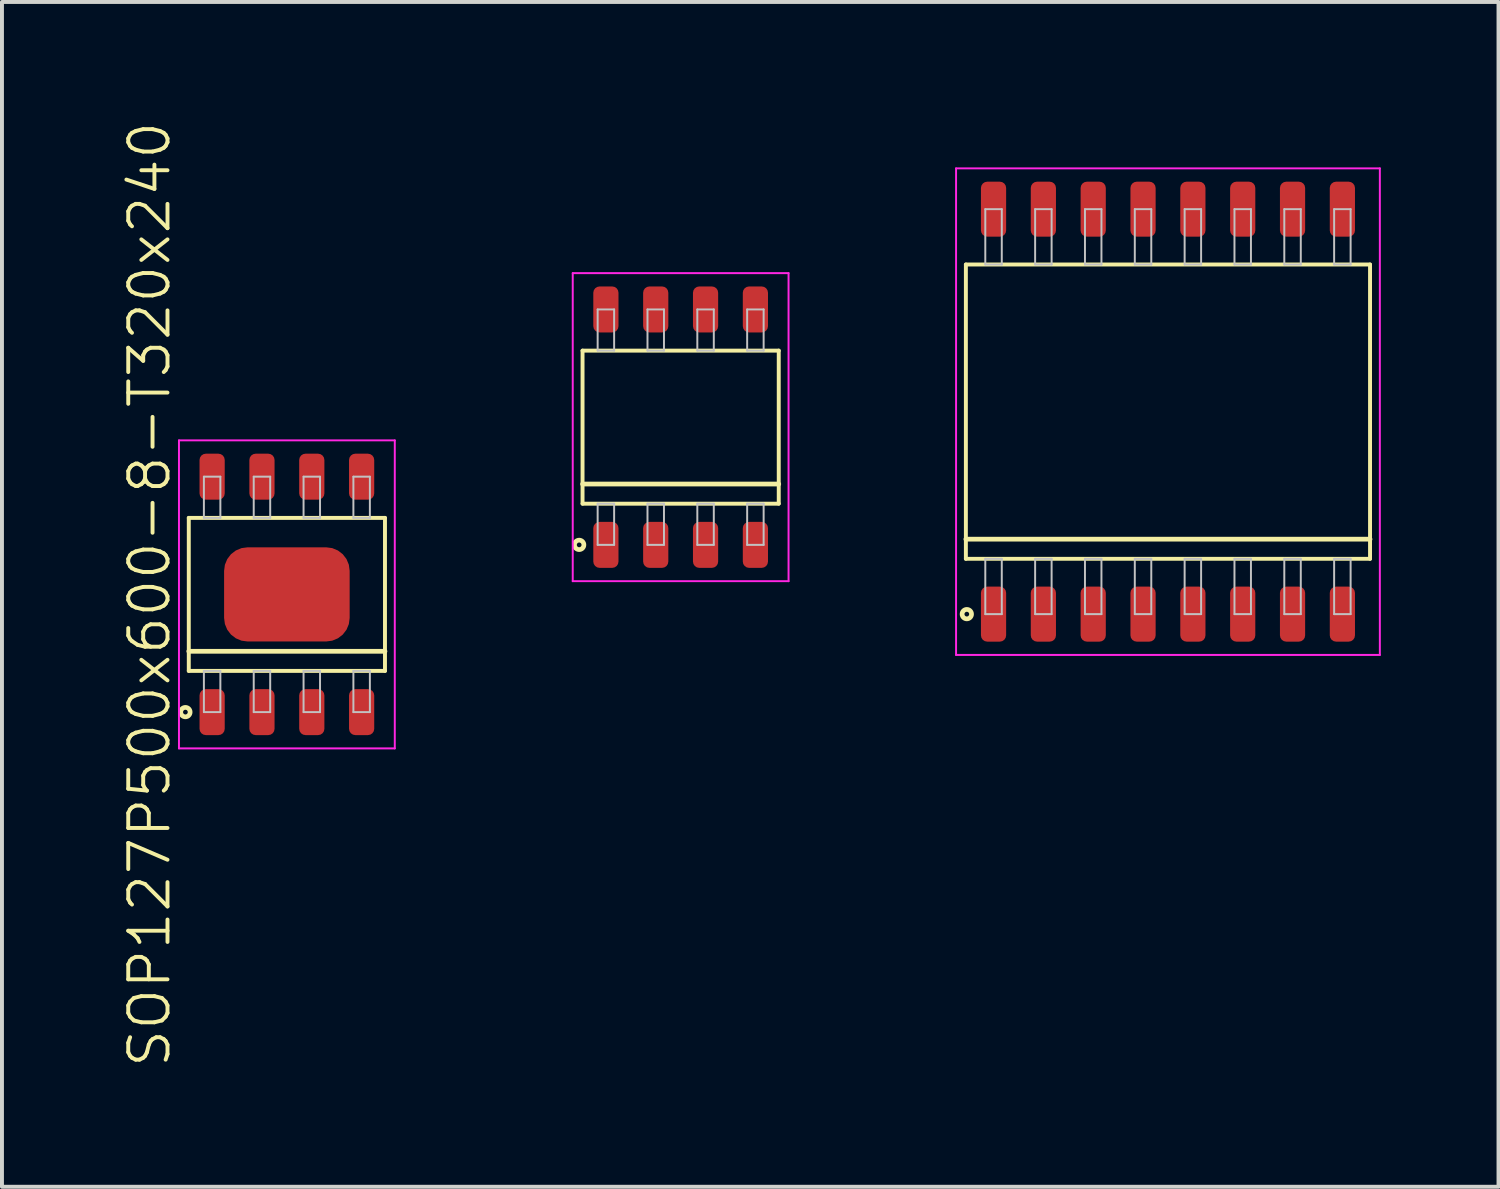
<source format=kicad_pcb>
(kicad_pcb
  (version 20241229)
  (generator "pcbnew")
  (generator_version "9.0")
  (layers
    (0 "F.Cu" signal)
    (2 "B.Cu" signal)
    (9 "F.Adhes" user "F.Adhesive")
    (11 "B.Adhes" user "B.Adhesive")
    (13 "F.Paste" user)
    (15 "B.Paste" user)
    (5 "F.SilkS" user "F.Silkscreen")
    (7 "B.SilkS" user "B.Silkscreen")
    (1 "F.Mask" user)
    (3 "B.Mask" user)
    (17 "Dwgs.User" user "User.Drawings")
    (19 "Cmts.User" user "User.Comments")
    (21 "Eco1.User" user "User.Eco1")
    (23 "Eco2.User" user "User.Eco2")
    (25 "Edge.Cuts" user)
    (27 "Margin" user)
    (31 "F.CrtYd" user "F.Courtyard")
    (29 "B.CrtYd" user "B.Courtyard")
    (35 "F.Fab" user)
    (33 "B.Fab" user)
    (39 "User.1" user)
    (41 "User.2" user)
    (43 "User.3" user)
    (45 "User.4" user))
  (footprint "SOP127P500x600-8"
    (layer "F.Cu")
    (at 14.296 7.836)
    (property "Reference" "SOP127P500x600-8" (at -3.5 0 90) (layer "User.1") (effects (font (size 1 1) (thickness 0.1))))
    (attr through_hole)
    (fp_line (start -2.5 -1.95) (end -2.5 1.95) (stroke (width 0.1) (type solid)) (layer "F.SilkS"))
    (fp_line (start -2.5 1.45) (end 2.5 1.45) (stroke (width 0.12) (type solid)) (layer "F.SilkS"))
    (fp_line (start -2.5 1.95) (end 2.5 1.95) (stroke (width 0.1) (type solid)) (layer "F.SilkS"))
    (fp_line (start 2.5 -1.95) (end -2.5 -1.95) (stroke (width 0.1) (type solid)) (layer "F.SilkS"))
    (fp_line (start 2.5 1.95) (end 2.5 -1.95) (stroke (width 0.1) (type solid)) (layer "F.SilkS"))
    (fp_circle (center -2.586 3) (end -2.466 3) (stroke (width 0.12) (type solid)) (fill no) (layer "F.SilkS"))
    (fp_line (start -2.115 -3) (end -2.115 -1.95) (stroke (width 0.05) (type solid)) (layer "Dwgs.User"))
    (fp_line (start -2.115 -1.95) (end -1.695 -1.95) (stroke (width 0.05) (type solid)) (layer "Dwgs.User"))
    (fp_line (start -2.115 1.95) (end -1.695 1.95) (stroke (width 0.05) (type solid)) (layer "Dwgs.User"))
    (fp_line (start -2.115 3) (end -2.115 1.95) (stroke (width 0.05) (type solid)) (layer "Dwgs.User"))
    (fp_line (start -1.695 -3) (end -2.115 -3) (stroke (width 0.05) (type solid)) (layer "Dwgs.User"))
    (fp_line (start -1.695 -1.95) (end -1.695 -3) (stroke (width 0.05) (type solid)) (layer "Dwgs.User"))
    (fp_line (start -1.695 1.95) (end -1.695 3) (stroke (width 0.05) (type solid)) (layer "Dwgs.User"))
    (fp_line (start -1.695 3) (end -2.115 3) (stroke (width 0.05) (type solid)) (layer "Dwgs.User"))
    (fp_line (start -0.845 -3) (end -0.845 -1.95) (stroke (width 0.05) (type solid)) (layer "Dwgs.User"))
    (fp_line (start -0.845 -1.95) (end -0.425 -1.95) (stroke (width 0.05) (type solid)) (layer "Dwgs.User"))
    (fp_line (start -0.845 1.95) (end -0.425 1.95) (stroke (width 0.05) (type solid)) (layer "Dwgs.User"))
    (fp_line (start -0.845 3) (end -0.845 1.95) (stroke (width 0.05) (type solid)) (layer "Dwgs.User"))
    (fp_line (start -0.425 -3) (end -0.845 -3) (stroke (width 0.05) (type solid)) (layer "Dwgs.User"))
    (fp_line (start -0.425 -1.95) (end -0.425 -3) (stroke (width 0.05) (type solid)) (layer "Dwgs.User"))
    (fp_line (start -0.425 1.95) (end -0.425 3) (stroke (width 0.05) (type solid)) (layer "Dwgs.User"))
    (fp_line (start -0.425 3) (end -0.845 3) (stroke (width 0.05) (type solid)) (layer "Dwgs.User"))
    (fp_line (start 0.425 -3) (end 0.425 -1.95) (stroke (width 0.05) (type solid)) (layer "Dwgs.User"))
    (fp_line (start 0.425 -1.95) (end 0.845 -1.95) (stroke (width 0.05) (type solid)) (layer "Dwgs.User"))
    (fp_line (start 0.425 1.95) (end 0.845 1.95) (stroke (width 0.05) (type solid)) (layer "Dwgs.User"))
    (fp_line (start 0.425 3) (end 0.425 1.95) (stroke (width 0.05) (type solid)) (layer "Dwgs.User"))
    (fp_line (start 0.845 -3) (end 0.425 -3) (stroke (width 0.05) (type solid)) (layer "Dwgs.User"))
    (fp_line (start 0.845 -1.95) (end 0.845 -3) (stroke (width 0.05) (type solid)) (layer "Dwgs.User"))
    (fp_line (start 0.845 1.95) (end 0.845 3) (stroke (width 0.05) (type solid)) (layer "Dwgs.User"))
    (fp_line (start 0.845 3) (end 0.425 3) (stroke (width 0.05) (type solid)) (layer "Dwgs.User"))
    (fp_line (start 1.695 -3) (end 1.695 -1.95) (stroke (width 0.05) (type solid)) (layer "Dwgs.User"))
    (fp_line (start 1.695 -1.95) (end 2.115 -1.95) (stroke (width 0.05) (type solid)) (layer "Dwgs.User"))
    (fp_line (start 1.695 1.95) (end 2.115 1.95) (stroke (width 0.05) (type solid)) (layer "Dwgs.User"))
    (fp_line (start 1.695 3) (end 1.695 1.95) (stroke (width 0.05) (type solid)) (layer "Dwgs.User"))
    (fp_line (start 2.115 -3) (end 1.695 -3) (stroke (width 0.05) (type solid)) (layer "Dwgs.User"))
    (fp_line (start 2.115 -1.95) (end 2.115 -3) (stroke (width 0.05) (type solid)) (layer "Dwgs.User"))
    (fp_line (start 2.115 1.95) (end 2.115 3) (stroke (width 0.05) (type solid)) (layer "Dwgs.User"))
    (fp_line (start 2.115 3) (end 1.695 3) (stroke (width 0.05) (type solid)) (layer "Dwgs.User"))
    (fp_line (start -2.75 -3.925) (end -2.75 3.925) (stroke (width 0.05) (type solid)) (layer "F.CrtYd"))
    (fp_line (start -2.75 3.925) (end 2.75 3.925) (stroke (width 0.05) (type solid)) (layer "F.CrtYd"))
    (fp_line (start 2.75 -3.925) (end -2.75 -3.925) (stroke (width 0.05) (type solid)) (layer "F.CrtYd"))
    (fp_line (start 2.75 3.925) (end 2.75 -3.925) (stroke (width 0.05) (type solid)) (layer "F.CrtYd"))
    (pad "1" smd roundrect (at -1.905 3) (size 0.642 1.172) (layers "F.Cu" "F.Mask" "F.Paste") (roundrect_rratio 0.25))
    (pad "2" smd roundrect (at -0.635 3) (size 0.642 1.172) (layers "F.Cu" "F.Mask" "F.Paste") (roundrect_rratio 0.25))
    (pad "3" smd roundrect (at 0.635 3) (size 0.642 1.172) (layers "F.Cu" "F.Mask" "F.Paste") (roundrect_rratio 0.25))
    (pad "4" smd roundrect (at 1.905 3) (size 0.642 1.172) (layers "F.Cu" "F.Mask" "F.Paste") (roundrect_rratio 0.25))
    (pad "5" smd roundrect (at 1.905 -3) (size 0.642 1.172) (layers "F.Cu" "F.Mask" "F.Paste") (roundrect_rratio 0.25))
    (pad "6" smd roundrect (at 0.635 -3) (size 0.642 1.172) (layers "F.Cu" "F.Mask" "F.Paste") (roundrect_rratio 0.25))
    (pad "7" smd roundrect (at -0.635 -3) (size 0.642 1.172) (layers "F.Cu" "F.Mask" "F.Paste") (roundrect_rratio 0.25))
    (pad "8" smd roundrect (at -1.905 -3) (size 0.642 1.172) (layers "F.Cu" "F.Mask" "F.Paste") (roundrect_rratio 0.25)))
  (footprint "SOP127P500x600-8-T320x240"
    (layer "F.Cu")
    (at 4.261 12.098)
    (property "Reference" "SOP127P500x600-8-T320x240" (at -3.5 0 90) (layer "F.SilkS") (effects (font (size 1 1) (thickness 0.1))))
    (attr through_hole)
    (fp_line (start -2.5 -1.95) (end -2.5 1.95) (stroke (width 0.1) (type solid)) (layer "F.SilkS"))
    (fp_line (start -2.5 1.45) (end 2.5 1.45) (stroke (width 0.12) (type solid)) (layer "F.SilkS"))
    (fp_line (start -2.5 1.95) (end 2.5 1.95) (stroke (width 0.1) (type solid)) (layer "F.SilkS"))
    (fp_line (start 2.5 -1.95) (end -2.5 -1.95) (stroke (width 0.1) (type solid)) (layer "F.SilkS"))
    (fp_line (start 2.5 1.95) (end 2.5 -1.95) (stroke (width 0.1) (type solid)) (layer "F.SilkS"))
    (fp_circle (center -2.586 3) (end -2.466 3) (stroke (width 0.12) (type solid)) (fill no) (layer "F.SilkS"))
    (fp_line (start -2.115 -3) (end -2.115 -1.95) (stroke (width 0.05) (type solid)) (layer "Dwgs.User"))
    (fp_line (start -2.115 -1.95) (end -1.695 -1.95) (stroke (width 0.05) (type solid)) (layer "Dwgs.User"))
    (fp_line (start -2.115 1.95) (end -1.695 1.95) (stroke (width 0.05) (type solid)) (layer "Dwgs.User"))
    (fp_line (start -2.115 3) (end -2.115 1.95) (stroke (width 0.05) (type solid)) (layer "Dwgs.User"))
    (fp_line (start -1.695 -3) (end -2.115 -3) (stroke (width 0.05) (type solid)) (layer "Dwgs.User"))
    (fp_line (start -1.695 -1.95) (end -1.695 -3) (stroke (width 0.05) (type solid)) (layer "Dwgs.User"))
    (fp_line (start -1.695 1.95) (end -1.695 3) (stroke (width 0.05) (type solid)) (layer "Dwgs.User"))
    (fp_line (start -1.695 3) (end -2.115 3) (stroke (width 0.05) (type solid)) (layer "Dwgs.User"))
    (fp_line (start -0.845 -3) (end -0.845 -1.95) (stroke (width 0.05) (type solid)) (layer "Dwgs.User"))
    (fp_line (start -0.845 -1.95) (end -0.425 -1.95) (stroke (width 0.05) (type solid)) (layer "Dwgs.User"))
    (fp_line (start -0.845 1.95) (end -0.425 1.95) (stroke (width 0.05) (type solid)) (layer "Dwgs.User"))
    (fp_line (start -0.845 3) (end -0.845 1.95) (stroke (width 0.05) (type solid)) (layer "Dwgs.User"))
    (fp_line (start -0.425 -3) (end -0.845 -3) (stroke (width 0.05) (type solid)) (layer "Dwgs.User"))
    (fp_line (start -0.425 -1.95) (end -0.425 -3) (stroke (width 0.05) (type solid)) (layer "Dwgs.User"))
    (fp_line (start -0.425 1.95) (end -0.425 3) (stroke (width 0.05) (type solid)) (layer "Dwgs.User"))
    (fp_line (start -0.425 3) (end -0.845 3) (stroke (width 0.05) (type solid)) (layer "Dwgs.User"))
    (fp_line (start 0.425 -3) (end 0.425 -1.95) (stroke (width 0.05) (type solid)) (layer "Dwgs.User"))
    (fp_line (start 0.425 -1.95) (end 0.845 -1.95) (stroke (width 0.05) (type solid)) (layer "Dwgs.User"))
    (fp_line (start 0.425 1.95) (end 0.845 1.95) (stroke (width 0.05) (type solid)) (layer "Dwgs.User"))
    (fp_line (start 0.425 3) (end 0.425 1.95) (stroke (width 0.05) (type solid)) (layer "Dwgs.User"))
    (fp_line (start 0.845 -3) (end 0.425 -3) (stroke (width 0.05) (type solid)) (layer "Dwgs.User"))
    (fp_line (start 0.845 -1.95) (end 0.845 -3) (stroke (width 0.05) (type solid)) (layer "Dwgs.User"))
    (fp_line (start 0.845 1.95) (end 0.845 3) (stroke (width 0.05) (type solid)) (layer "Dwgs.User"))
    (fp_line (start 0.845 3) (end 0.425 3) (stroke (width 0.05) (type solid)) (layer "Dwgs.User"))
    (fp_line (start 1.695 -3) (end 1.695 -1.95) (stroke (width 0.05) (type solid)) (layer "Dwgs.User"))
    (fp_line (start 1.695 -1.95) (end 2.115 -1.95) (stroke (width 0.05) (type solid)) (layer "Dwgs.User"))
    (fp_line (start 1.695 1.95) (end 2.115 1.95) (stroke (width 0.05) (type solid)) (layer "Dwgs.User"))
    (fp_line (start 1.695 3) (end 1.695 1.95) (stroke (width 0.05) (type solid)) (layer "Dwgs.User"))
    (fp_line (start 2.115 -3) (end 1.695 -3) (stroke (width 0.05) (type solid)) (layer "Dwgs.User"))
    (fp_line (start 2.115 -1.95) (end 2.115 -3) (stroke (width 0.05) (type solid)) (layer "Dwgs.User"))
    (fp_line (start 2.115 1.95) (end 2.115 3) (stroke (width 0.05) (type solid)) (layer "Dwgs.User"))
    (fp_line (start 2.115 3) (end 1.695 3) (stroke (width 0.05) (type solid)) (layer "Dwgs.User"))
    (fp_line (start -2.75 -3.925) (end -2.75 3.925) (stroke (width 0.05) (type solid)) (layer "F.CrtYd"))
    (fp_line (start -2.75 3.925) (end 2.75 3.925) (stroke (width 0.05) (type solid)) (layer "F.CrtYd"))
    (fp_line (start 2.75 -3.925) (end -2.75 -3.925) (stroke (width 0.05) (type solid)) (layer "F.CrtYd"))
    (fp_line (start 2.75 3.925) (end 2.75 -3.925) (stroke (width 0.05) (type solid)) (layer "F.CrtYd"))
    (pad "1" smd roundrect (at -1.905 3) (size 0.642 1.172) (layers "F.Cu" "F.Mask" "F.Paste") (roundrect_rratio 0.25))
    (pad "2" smd roundrect (at -0.635 3) (size 0.642 1.172) (layers "F.Cu" "F.Mask" "F.Paste") (roundrect_rratio 0.25))
    (pad "3" smd roundrect (at 0.635 3) (size 0.642 1.172) (layers "F.Cu" "F.Mask" "F.Paste") (roundrect_rratio 0.25))
    (pad "4" smd roundrect (at 1.905 3) (size 0.642 1.172) (layers "F.Cu" "F.Mask" "F.Paste") (roundrect_rratio 0.25))
    (pad "5" smd roundrect (at 1.905 -3) (size 0.642 1.172) (layers "F.Cu" "F.Mask" "F.Paste") (roundrect_rratio 0.25))
    (pad "6" smd roundrect (at 0.635 -3) (size 0.642 1.172) (layers "F.Cu" "F.Mask" "F.Paste") (roundrect_rratio 0.25))
    (pad "7" smd roundrect (at -0.635 -3) (size 0.642 1.172) (layers "F.Cu" "F.Mask" "F.Paste") (roundrect_rratio 0.25))
    (pad "8" smd roundrect (at -1.905 -3) (size 0.642 1.172) (layers "F.Cu" "F.Mask" "F.Paste") (roundrect_rratio 0.25))
    (pad "EP" smd roundrect (at 0 0) (size 3.2 2.4) (layers "F.Cu" "F.Mask" "F.Paste") (roundrect_rratio 0.25)))
  (footprint "SOP127P1030x1032-16"
    (layer "F.Cu")
    (at 26.715 7.441)
    (property "Reference" "SOP127P1030x1032-16" (at -6 0 90) (layer "User.1") (effects (font (size 0.8 0.8) (thickness 0.1))))
    (attr through_hole)
    (fp_line (start -5.15 -3.75) (end -5.15 3.75) (stroke (width 0.1) (type solid)) (layer "F.SilkS"))
    (fp_line (start -5.15 3.25) (end 5.15 3.25) (stroke (width 0.12) (type solid)) (layer "F.SilkS"))
    (fp_line (start -5.15 3.75) (end 5.15 3.75) (stroke (width 0.1) (type solid)) (layer "F.SilkS"))
    (fp_line (start 5.15 -3.75) (end -5.15 -3.75) (stroke (width 0.1) (type solid)) (layer "F.SilkS"))
    (fp_line (start 5.15 3.75) (end 5.15 -3.75) (stroke (width 0.1) (type solid)) (layer "F.SilkS"))
    (fp_circle (center -5.126 5.16) (end -5.006 5.16) (stroke (width 0.12) (type solid)) (fill no) (layer "F.SilkS"))
    (fp_line (start -4.655 -5.16) (end -4.655 -3.75) (stroke (width 0.05) (type solid)) (layer "Dwgs.User"))
    (fp_line (start -4.655 -3.75) (end -4.235 -3.75) (stroke (width 0.05) (type solid)) (layer "Dwgs.User"))
    (fp_line (start -4.655 3.75) (end -4.235 3.75) (stroke (width 0.05) (type solid)) (layer "Dwgs.User"))
    (fp_line (start -4.655 5.16) (end -4.655 3.75) (stroke (width 0.05) (type solid)) (layer "Dwgs.User"))
    (fp_line (start -4.235 -5.16) (end -4.655 -5.16) (stroke (width 0.05) (type solid)) (layer "Dwgs.User"))
    (fp_line (start -4.235 -3.75) (end -4.235 -5.16) (stroke (width 0.05) (type solid)) (layer "Dwgs.User"))
    (fp_line (start -4.235 3.75) (end -4.235 5.16) (stroke (width 0.05) (type solid)) (layer "Dwgs.User"))
    (fp_line (start -4.235 5.16) (end -4.655 5.16) (stroke (width 0.05) (type solid)) (layer "Dwgs.User"))
    (fp_line (start -3.385 -5.16) (end -3.385 -3.75) (stroke (width 0.05) (type solid)) (layer "Dwgs.User"))
    (fp_line (start -3.385 -3.75) (end -2.965 -3.75) (stroke (width 0.05) (type solid)) (layer "Dwgs.User"))
    (fp_line (start -3.385 3.75) (end -2.965 3.75) (stroke (width 0.05) (type solid)) (layer "Dwgs.User"))
    (fp_line (start -3.385 5.16) (end -3.385 3.75) (stroke (width 0.05) (type solid)) (layer "Dwgs.User"))
    (fp_line (start -2.965 -5.16) (end -3.385 -5.16) (stroke (width 0.05) (type solid)) (layer "Dwgs.User"))
    (fp_line (start -2.965 -3.75) (end -2.965 -5.16) (stroke (width 0.05) (type solid)) (layer "Dwgs.User"))
    (fp_line (start -2.965 3.75) (end -2.965 5.16) (stroke (width 0.05) (type solid)) (layer "Dwgs.User"))
    (fp_line (start -2.965 5.16) (end -3.385 5.16) (stroke (width 0.05) (type solid)) (layer "Dwgs.User"))
    (fp_line (start -2.115 -5.16) (end -2.115 -3.75) (stroke (width 0.05) (type solid)) (layer "Dwgs.User"))
    (fp_line (start -2.115 -3.75) (end -1.695 -3.75) (stroke (width 0.05) (type solid)) (layer "Dwgs.User"))
    (fp_line (start -2.115 3.75) (end -1.695 3.75) (stroke (width 0.05) (type solid)) (layer "Dwgs.User"))
    (fp_line (start -2.115 5.16) (end -2.115 3.75) (stroke (width 0.05) (type solid)) (layer "Dwgs.User"))
    (fp_line (start -1.695 -5.16) (end -2.115 -5.16) (stroke (width 0.05) (type solid)) (layer "Dwgs.User"))
    (fp_line (start -1.695 -3.75) (end -1.695 -5.16) (stroke (width 0.05) (type solid)) (layer "Dwgs.User"))
    (fp_line (start -1.695 3.75) (end -1.695 5.16) (stroke (width 0.05) (type solid)) (layer "Dwgs.User"))
    (fp_line (start -1.695 5.16) (end -2.115 5.16) (stroke (width 0.05) (type solid)) (layer "Dwgs.User"))
    (fp_line (start -0.845 -5.16) (end -0.845 -3.75) (stroke (width 0.05) (type solid)) (layer "Dwgs.User"))
    (fp_line (start -0.845 -3.75) (end -0.425 -3.75) (stroke (width 0.05) (type solid)) (layer "Dwgs.User"))
    (fp_line (start -0.845 3.75) (end -0.425 3.75) (stroke (width 0.05) (type solid)) (layer "Dwgs.User"))
    (fp_line (start -0.845 5.16) (end -0.845 3.75) (stroke (width 0.05) (type solid)) (layer "Dwgs.User"))
    (fp_line (start -0.425 -5.16) (end -0.845 -5.16) (stroke (width 0.05) (type solid)) (layer "Dwgs.User"))
    (fp_line (start -0.425 -3.75) (end -0.425 -5.16) (stroke (width 0.05) (type solid)) (layer "Dwgs.User"))
    (fp_line (start -0.425 3.75) (end -0.425 5.16) (stroke (width 0.05) (type solid)) (layer "Dwgs.User"))
    (fp_line (start -0.425 5.16) (end -0.845 5.16) (stroke (width 0.05) (type solid)) (layer "Dwgs.User"))
    (fp_line (start 0.425 -5.16) (end 0.425 -3.75) (stroke (width 0.05) (type solid)) (layer "Dwgs.User"))
    (fp_line (start 0.425 -3.75) (end 0.845 -3.75) (stroke (width 0.05) (type solid)) (layer "Dwgs.User"))
    (fp_line (start 0.425 3.75) (end 0.845 3.75) (stroke (width 0.05) (type solid)) (layer "Dwgs.User"))
    (fp_line (start 0.425 5.16) (end 0.425 3.75) (stroke (width 0.05) (type solid)) (layer "Dwgs.User"))
    (fp_line (start 0.845 -5.16) (end 0.425 -5.16) (stroke (width 0.05) (type solid)) (layer "Dwgs.User"))
    (fp_line (start 0.845 -3.75) (end 0.845 -5.16) (stroke (width 0.05) (type solid)) (layer "Dwgs.User"))
    (fp_line (start 0.845 3.75) (end 0.845 5.16) (stroke (width 0.05) (type solid)) (layer "Dwgs.User"))
    (fp_line (start 0.845 5.16) (end 0.425 5.16) (stroke (width 0.05) (type solid)) (layer "Dwgs.User"))
    (fp_line (start 1.695 -5.16) (end 1.695 -3.75) (stroke (width 0.05) (type solid)) (layer "Dwgs.User"))
    (fp_line (start 1.695 -3.75) (end 2.115 -3.75) (stroke (width 0.05) (type solid)) (layer "Dwgs.User"))
    (fp_line (start 1.695 3.75) (end 2.115 3.75) (stroke (width 0.05) (type solid)) (layer "Dwgs.User"))
    (fp_line (start 1.695 5.16) (end 1.695 3.75) (stroke (width 0.05) (type solid)) (layer "Dwgs.User"))
    (fp_line (start 2.115 -5.16) (end 1.695 -5.16) (stroke (width 0.05) (type solid)) (layer "Dwgs.User"))
    (fp_line (start 2.115 -3.75) (end 2.115 -5.16) (stroke (width 0.05) (type solid)) (layer "Dwgs.User"))
    (fp_line (start 2.115 3.75) (end 2.115 5.16) (stroke (width 0.05) (type solid)) (layer "Dwgs.User"))
    (fp_line (start 2.115 5.16) (end 1.695 5.16) (stroke (width 0.05) (type solid)) (layer "Dwgs.User"))
    (fp_line (start 2.965 -5.16) (end 2.965 -3.75) (stroke (width 0.05) (type solid)) (layer "Dwgs.User"))
    (fp_line (start 2.965 -3.75) (end 3.385 -3.75) (stroke (width 0.05) (type solid)) (layer "Dwgs.User"))
    (fp_line (start 2.965 3.75) (end 3.385 3.75) (stroke (width 0.05) (type solid)) (layer "Dwgs.User"))
    (fp_line (start 2.965 5.16) (end 2.965 3.75) (stroke (width 0.05) (type solid)) (layer "Dwgs.User"))
    (fp_line (start 3.385 -5.16) (end 2.965 -5.16) (stroke (width 0.05) (type solid)) (layer "Dwgs.User"))
    (fp_line (start 3.385 -3.75) (end 3.385 -5.16) (stroke (width 0.05) (type solid)) (layer "Dwgs.User"))
    (fp_line (start 3.385 3.75) (end 3.385 5.16) (stroke (width 0.05) (type solid)) (layer "Dwgs.User"))
    (fp_line (start 3.385 5.16) (end 2.965 5.16) (stroke (width 0.05) (type solid)) (layer "Dwgs.User"))
    (fp_line (start 4.235 -5.16) (end 4.235 -3.75) (stroke (width 0.05) (type solid)) (layer "Dwgs.User"))
    (fp_line (start 4.235 -3.75) (end 4.655 -3.75) (stroke (width 0.05) (type solid)) (layer "Dwgs.User"))
    (fp_line (start 4.235 3.75) (end 4.655 3.75) (stroke (width 0.05) (type solid)) (layer "Dwgs.User"))
    (fp_line (start 4.235 5.16) (end 4.235 3.75) (stroke (width 0.05) (type solid)) (layer "Dwgs.User"))
    (fp_line (start 4.655 -5.16) (end 4.235 -5.16) (stroke (width 0.05) (type solid)) (layer "Dwgs.User"))
    (fp_line (start 4.655 -3.75) (end 4.655 -5.16) (stroke (width 0.05) (type solid)) (layer "Dwgs.User"))
    (fp_line (start 4.655 3.75) (end 4.655 5.16) (stroke (width 0.05) (type solid)) (layer "Dwgs.User"))
    (fp_line (start 4.655 5.16) (end 4.235 5.16) (stroke (width 0.05) (type solid)) (layer "Dwgs.User"))
    (fp_line (start -5.4 -6.2) (end -5.4 6.2) (stroke (width 0.05) (type solid)) (layer "F.CrtYd"))
    (fp_line (start -5.4 6.2) (end 5.4 6.2) (stroke (width 0.05) (type solid)) (layer "F.CrtYd"))
    (fp_line (start 5.4 -6.2) (end -5.4 -6.2) (stroke (width 0.05) (type solid)) (layer "F.CrtYd"))
    (fp_line (start 5.4 6.2) (end 5.4 -6.2) (stroke (width 0.05) (type solid)) (layer "F.CrtYd"))
    (pad "1" smd roundrect (at -4.445 5.16) (size 0.642 1.402) (layers "F.Cu" "F.Mask" "F.Paste") (roundrect_rratio 0.25))
    (pad "2" smd roundrect (at -3.175 5.16) (size 0.642 1.402) (layers "F.Cu" "F.Mask" "F.Paste") (roundrect_rratio 0.25))
    (pad "3" smd roundrect (at -1.905 5.16) (size 0.642 1.402) (layers "F.Cu" "F.Mask" "F.Paste") (roundrect_rratio 0.25))
    (pad "4" smd roundrect (at -0.635 5.16) (size 0.642 1.402) (layers "F.Cu" "F.Mask" "F.Paste") (roundrect_rratio 0.25))
    (pad "5" smd roundrect (at 0.635 5.16) (size 0.642 1.402) (layers "F.Cu" "F.Mask" "F.Paste") (roundrect_rratio 0.25))
    (pad "6" smd roundrect (at 1.905 5.16) (size 0.642 1.402) (layers "F.Cu" "F.Mask" "F.Paste") (roundrect_rratio 0.25))
    (pad "7" smd roundrect (at 3.175 5.16) (size 0.642 1.402) (layers "F.Cu" "F.Mask" "F.Paste") (roundrect_rratio 0.25))
    (pad "8" smd roundrect (at 4.445 5.16) (size 0.642 1.402) (layers "F.Cu" "F.Mask" "F.Paste") (roundrect_rratio 0.25))
    (pad "9" smd roundrect (at 4.445 -5.16) (size 0.642 1.402) (layers "F.Cu" "F.Mask" "F.Paste") (roundrect_rratio 0.25))
    (pad "10" smd roundrect (at 3.175 -5.16) (size 0.642 1.402) (layers "F.Cu" "F.Mask" "F.Paste") (roundrect_rratio 0.25))
    (pad "11" smd roundrect (at 1.905 -5.16) (size 0.642 1.402) (layers "F.Cu" "F.Mask" "F.Paste") (roundrect_rratio 0.25))
    (pad "12" smd roundrect (at 0.635 -5.16) (size 0.642 1.402) (layers "F.Cu" "F.Mask" "F.Paste") (roundrect_rratio 0.25))
    (pad "13" smd roundrect (at -0.635 -5.16) (size 0.642 1.402) (layers "F.Cu" "F.Mask" "F.Paste") (roundrect_rratio 0.25))
    (pad "14" smd roundrect (at -1.905 -5.16) (size 0.642 1.402) (layers "F.Cu" "F.Mask" "F.Paste") (roundrect_rratio 0.25))
    (pad "15" smd roundrect (at -3.175 -5.16) (size 0.642 1.402) (layers "F.Cu" "F.Mask" "F.Paste") (roundrect_rratio 0.25))
    (pad "16" smd roundrect (at -4.445 -5.16) (size 0.642 1.402) (layers "F.Cu" "F.Mask" "F.Paste") (roundrect_rratio 0.25)))
  (gr_rect
    (start -3 -3)
    (end 35.139 27.195)
    (stroke (width 0.1) (type default))
    (fill no)
    (layer "Edge.Cuts")))
</source>
